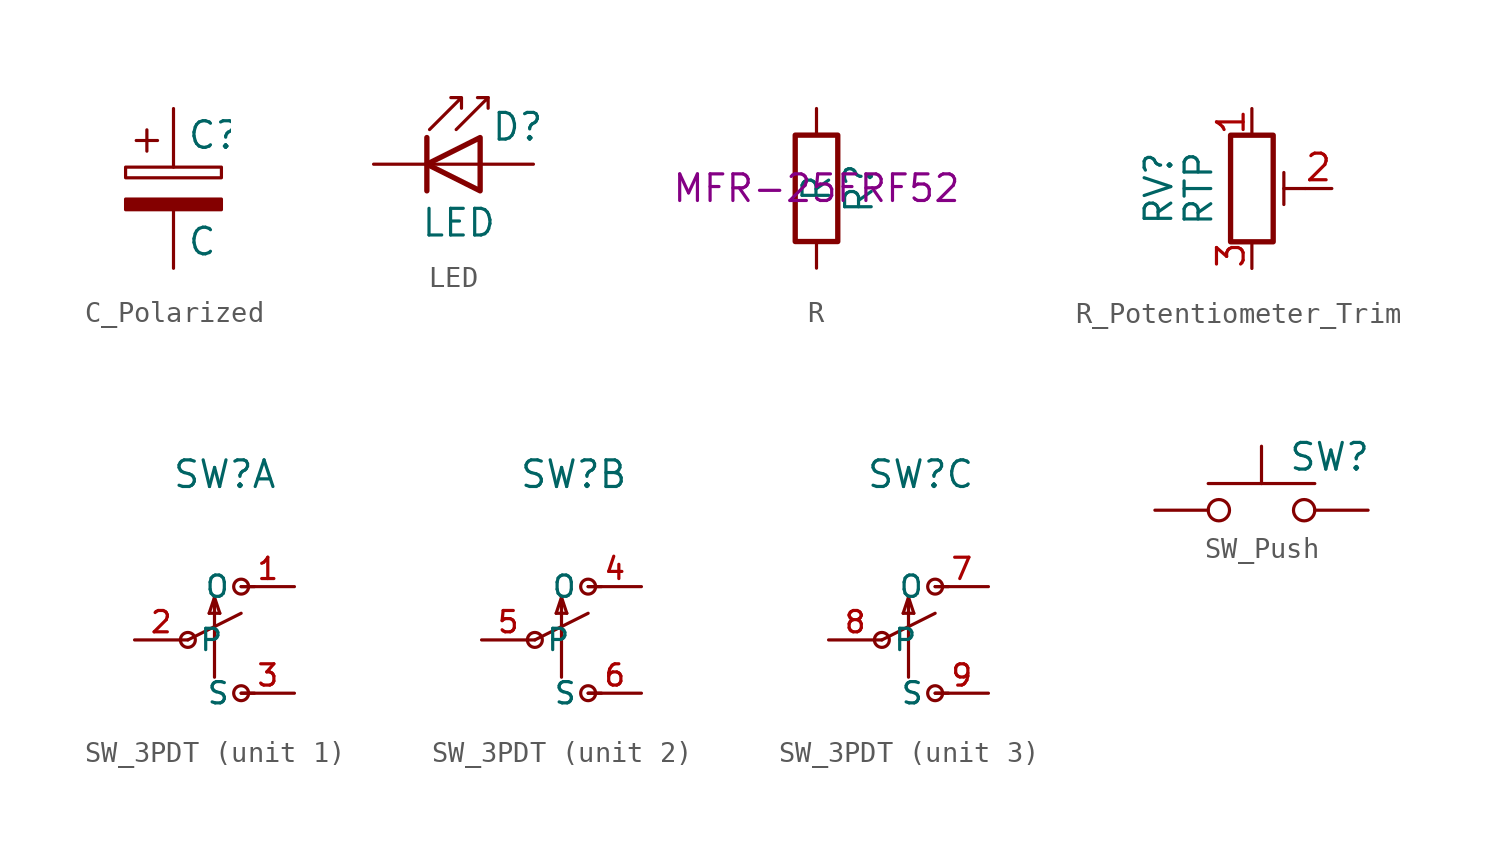
<source format=kicad_sym>
(kicad_symbol_lib
  (version 20231120)
  (generator "kicad_symbol_editor")
  (generator_version "8.0")
  (symbol "C_Polarized"
    (pin_numbers hide)
    (pin_names
      (offset 0.254))
    (property "Reference" "C"
      (at 0.635 2.54 0)
      (effects (font (size 1.27 1.27)) (justify left)))
    (property "Value" "C"
      (at 0.635 -2.54 0)
      (effects (font (size 1.27 1.27)) (justify left)))
    (symbol "C_Polarized_0_1"
      (rectangle (start -2.286 0.508) (end 2.286 1.016) (stroke (width 0) (type default)) (fill (type none)))
      (polyline (pts (xy -1.778 2.286) (xy -0.762 2.286)) (stroke (width 0) (type default)) (fill (type none)))
      (polyline (pts (xy -1.27 2.794) (xy -1.27 1.778)) (stroke (width 0) (type default)) (fill (type none)))
      (rectangle (start 2.286 -0.508) (end -2.286 -1.016) (stroke (width 0) (type default)) (fill (type outline))))
    (symbol "C_Polarized_1_1"
      (pin passive line (at 0 3.81 270) (length 2.794) (name "~" (effects (font (size 1.27 1.27)))) (number "1" (effects (font (size 1.27 1.27)))))
      (pin passive line (at 0 -3.81 90) (length 2.794) (name "~" (effects (font (size 1.27 1.27)))) (number "2" (effects (font (size 1.27 1.27)))))))
  (symbol "LED"
    (pin_numbers hide)
    (pin_names
      (offset 1.016) hide)
    (property "Reference" "D"
      (at 0.508 1.778 0)
      (effects (font (size 1.27 1.27)) (justify left)))
    (property "Value" "LED"
      (at -1.016 -2.794 0)
      (effects (font (size 1.27 1.27))))
    (symbol "LED_0_1"
      (polyline (pts (xy -2.54 1.27) (xy -2.54 -1.27)) (stroke (width 0.254) (type default)) (fill (type none)))
      (polyline (pts (xy 0 0) (xy -2.54 0)) (stroke (width 0) (type default)) (fill (type none)))
      (polyline (pts (xy 0.381 3.175) (xy -0.127 3.175)) (stroke (width 0) (type default)) (fill (type none)))
      (polyline (pts (xy -1.143 1.651) (xy 0.381 3.175) (xy 0.381 2.667)) (stroke (width 0) (type default)) (fill (type none)))
      (polyline (pts (xy 0 -1.27) (xy -2.54 0) (xy 0 1.27) (xy 0 -1.27)) (stroke (width 0.254) (type default)) (fill (type none)))
      (polyline (pts (xy -2.413 1.651) (xy -0.889 3.175) (xy -0.889 2.667) (xy -0.889 3.175) (xy -1.397 3.175)) (stroke (width 0) (type default)) (fill (type none))))
    (symbol "LED_1_1"
      (pin passive line (at -5.08 0 0) (length 2.54) (name "K" (effects (font (size 1.27 1.27)))) (number "1" (effects (font (size 1.27 1.27)))))
      (pin passive line (at 2.54 0 180) (length 2.54) (name "A" (effects (font (size 1.27 1.27)))) (number "2" (effects (font (size 1.27 1.27)))))))
  (symbol "R"
    (pin_numbers hide)
    (pin_names
      (offset 0))
    (property "Reference" "R"
      (at 2.032 0 90)
      (effects (font (size 1.27 1.27))))
    (property "Value" "R"
      (at 0 0 90)
      (effects (font (size 1.27 1.27))))
    (property "Mouser" "MFR-25FRF52"
      (at 0 0 0)
      (effects (font (size 1.27 1.27))))
    (symbol "R_0_1"
      (rectangle (start -1.016 -2.54) (end 1.016 2.54) (stroke (width 0.254) (type default)) (fill (type none))))
    (symbol "R_1_1"
      (pin passive line (at 0 3.81 270) (length 1.27) (name "~" (effects (font (size 1.27 1.27)))) (number "1" (effects (font (size 1.27 1.27)))))
      (pin passive line (at 0 -3.81 90) (length 1.27) (name "~" (effects (font (size 1.27 1.27)))) (number "2" (effects (font (size 1.27 1.27)))))))
  (symbol "R_Potentiometer_Trim"
    (pin_names
      (offset 1.016) hide)
    (property "Reference" "RV"
      (at -4.445 0 90)
      (effects (font (size 1.27 1.27))))
    (property "Value" "RTP"
      (at -2.54 0 90)
      (effects (font (size 1.27 1.27))))
    (symbol "R_Potentiometer_Trim_0_1"
      (polyline (pts (xy 1.524 0.762) (xy 1.524 -0.762)) (stroke (width 0) (type default)) (fill (type none)))
      (polyline (pts (xy 2.54 0) (xy 1.524 0)) (stroke (width 0) (type default)) (fill (type none)))
      (rectangle (start 1.016 2.54) (end -1.016 -2.54) (stroke (width 0.254) (type default)) (fill (type none))))
    (symbol "R_Potentiometer_Trim_1_1"
      (pin passive line (at 0 3.81 270) (length 1.27) (name "1" (effects (font (size 1.27 1.27)))) (number "1" (effects (font (size 1.27 1.27)))))
      (pin passive line (at 3.81 0 180) (length 1.27) (name "2" (effects (font (size 1.27 1.27)))) (number "2" (effects (font (size 1.27 1.27)))))
      (pin passive line (at 0 -3.81 90) (length 1.27) (name "3" (effects (font (size 1.27 1.27)))) (number "3" (effects (font (size 1.27 1.27)))))))
  (symbol "SW_3PDT"
    (property "Reference" "SW"
      (at -0.762 8.636 0)
      (effects (font (size 1.27 1.27)) (justify left top)))
    (property "ki_locked" ""
      (at 0 0 0)
      (effects (font (size 1.27 1.27))))
    (symbol "SW_3PDT_1_0"
      (polyline (pts (xy 0 0) (xy 2.54 1.27)) (stroke (width 0) (type solid)) (fill (type none)))
      (polyline (pts (xy 1.016 1.27) (xy 1.524 1.27)) (stroke (width 0) (type solid)) (fill (type none)))
      (polyline (pts (xy 1.27 -1.778) (xy 1.27 2.032)) (stroke (width 0) (type solid)) (fill (type none)))
      (polyline (pts (xy 1.27 2.032) (xy 1.016 1.27)) (stroke (width 0) (type solid)) (fill (type none)))
      (polyline (pts (xy 1.524 1.27) (xy 1.27 2.032)) (stroke (width 0) (type solid)) (fill (type none)))
      (polyline (pts (xy 2.54 -2.54) (xy 3.175 -2.54)) (stroke (width 0) (type solid)) (fill (type none)))
      (polyline (pts (xy 2.54 2.54) (xy 3.175 2.54)) (stroke (width 0) (type solid)) (fill (type none))))
    (symbol "SW_3PDT_1_1"
      (circle (center 0 0) (radius 0.356) (stroke (width 0) (type solid)) (fill (type none)))
      (circle (center 2.54 -2.54) (radius 0.356) (stroke (width 0) (type solid)) (fill (type none)))
      (circle (center 2.54 2.54) (radius 0.356) (stroke (width 0) (type solid)) (fill (type none)))
      (pin passive line (at 5.08 2.54 180) (length 2.54) (name "O" (effects (font (size 1.016 1.016)))) (number "1" (effects (font (size 1.016 1.016)))))
      (pin passive line (at -2.54 0 0) (length 2.54) (name "P" (effects (font (size 1.016 1.016)))) (number "2" (effects (font (size 1.016 1.016)))))
      (pin passive line (at 5.08 -2.54 180) (length 2.54) (name "S" (effects (font (size 1.016 1.016)))) (number "3" (effects (font (size 1.016 1.016))))))
    (symbol "SW_3PDT_2_0"
      (polyline (pts (xy 0 0) (xy 2.54 1.27)) (stroke (width 0) (type solid)) (fill (type none)))
      (polyline (pts (xy 1.016 1.27) (xy 1.524 1.27)) (stroke (width 0) (type solid)) (fill (type none)))
      (polyline (pts (xy 1.27 -1.778) (xy 1.27 2.032)) (stroke (width 0) (type solid)) (fill (type none)))
      (polyline (pts (xy 1.27 2.032) (xy 1.016 1.27)) (stroke (width 0) (type solid)) (fill (type none)))
      (polyline (pts (xy 1.524 1.27) (xy 1.27 2.032)) (stroke (width 0) (type solid)) (fill (type none)))
      (polyline (pts (xy 2.54 -2.54) (xy 3.175 -2.54)) (stroke (width 0) (type solid)) (fill (type none)))
      (polyline (pts (xy 2.54 2.54) (xy 3.175 2.54)) (stroke (width 0) (type solid)) (fill (type none))))
    (symbol "SW_3PDT_2_1"
      (circle (center 0 0) (radius 0.356) (stroke (width 0) (type solid)) (fill (type none)))
      (circle (center 2.54 -2.54) (radius 0.356) (stroke (width 0) (type solid)) (fill (type none)))
      (circle (center 2.54 2.54) (radius 0.356) (stroke (width 0) (type solid)) (fill (type none)))
      (pin passive line (at 5.08 2.54 180) (length 2.54) (name "O" (effects (font (size 1.016 1.016)))) (number "4" (effects (font (size 1.016 1.016)))))
      (pin passive line (at -2.54 0 0) (length 2.54) (name "P" (effects (font (size 1.016 1.016)))) (number "5" (effects (font (size 1.016 1.016)))))
      (pin passive line (at 5.08 -2.54 180) (length 2.54) (name "S" (effects (font (size 1.016 1.016)))) (number "6" (effects (font (size 1.016 1.016))))))
    (symbol "SW_3PDT_3_0"
      (polyline (pts (xy 0 0) (xy 2.54 1.27)) (stroke (width 0) (type solid)) (fill (type none)))
      (polyline (pts (xy 1.016 1.27) (xy 1.524 1.27)) (stroke (width 0) (type solid)) (fill (type none)))
      (polyline (pts (xy 1.27 -1.778) (xy 1.27 2.032)) (stroke (width 0) (type solid)) (fill (type none)))
      (polyline (pts (xy 1.27 2.032) (xy 1.016 1.27)) (stroke (width 0) (type solid)) (fill (type none)))
      (polyline (pts (xy 1.524 1.27) (xy 1.27 2.032)) (stroke (width 0) (type solid)) (fill (type none)))
      (polyline (pts (xy 2.54 -2.54) (xy 3.175 -2.54)) (stroke (width 0) (type solid)) (fill (type none)))
      (polyline (pts (xy 2.54 2.54) (xy 3.175 2.54)) (stroke (width 0) (type solid)) (fill (type none))))
    (symbol "SW_3PDT_3_1"
      (circle (center 0 0) (radius 0.356) (stroke (width 0) (type solid)) (fill (type none)))
      (circle (center 2.54 -2.54) (radius 0.356) (stroke (width 0) (type solid)) (fill (type none)))
      (circle (center 2.54 2.54) (radius 0.356) (stroke (width 0) (type solid)) (fill (type none)))
      (pin passive line (at 5.08 2.54 180) (length 2.54) (name "O" (effects (font (size 1.016 1.016)))) (number "7" (effects (font (size 1.016 1.016)))))
      (pin passive line (at -2.54 0 0) (length 2.54) (name "P" (effects (font (size 1.016 1.016)))) (number "8" (effects (font (size 1.016 1.016)))))
      (pin passive line (at 5.08 -2.54 180) (length 2.54) (name "S" (effects (font (size 1.016 1.016)))) (number "9" (effects (font (size 1.016 1.016)))))))
  (symbol "SW_Push"
    (pin_numbers hide)
    (pin_names
      (offset 1.016) hide)
    (property "Reference" "SW"
      (at 1.27 2.54 0)
      (effects (font (size 1.27 1.27)) (justify left)))
    (symbol "SW_Push_0_1"
      (circle (center -2.032 0) (radius 0.508) (stroke (width 0) (type default)) (fill (type none)))
      (polyline (pts (xy 0 1.27) (xy 0 3.048)) (stroke (width 0) (type default)) (fill (type none)))
      (polyline (pts (xy 2.54 1.27) (xy -2.54 1.27)) (stroke (width 0) (type default)) (fill (type none)))
      (circle (center 2.032 0) (radius 0.508) (stroke (width 0) (type default)) (fill (type none)))
      (pin passive line (at -5.08 0 0) (length 2.54) (name "1" (effects (font (size 1.27 1.27)))) (number "1" (effects (font (size 1.27 1.27)))))
      (pin passive line (at 5.08 0 180) (length 2.54) (name "2" (effects (font (size 1.27 1.27)))) (number "2" (effects (font (size 1.27 1.27))))))))
</source>
